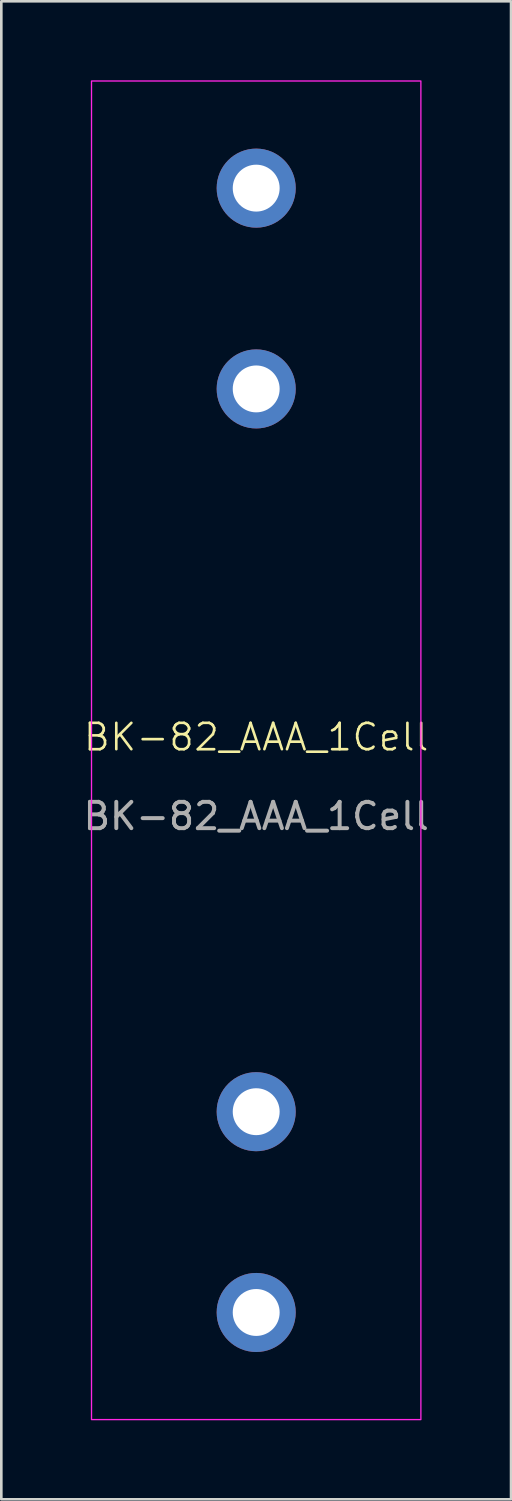
<source format=kicad_pcb>
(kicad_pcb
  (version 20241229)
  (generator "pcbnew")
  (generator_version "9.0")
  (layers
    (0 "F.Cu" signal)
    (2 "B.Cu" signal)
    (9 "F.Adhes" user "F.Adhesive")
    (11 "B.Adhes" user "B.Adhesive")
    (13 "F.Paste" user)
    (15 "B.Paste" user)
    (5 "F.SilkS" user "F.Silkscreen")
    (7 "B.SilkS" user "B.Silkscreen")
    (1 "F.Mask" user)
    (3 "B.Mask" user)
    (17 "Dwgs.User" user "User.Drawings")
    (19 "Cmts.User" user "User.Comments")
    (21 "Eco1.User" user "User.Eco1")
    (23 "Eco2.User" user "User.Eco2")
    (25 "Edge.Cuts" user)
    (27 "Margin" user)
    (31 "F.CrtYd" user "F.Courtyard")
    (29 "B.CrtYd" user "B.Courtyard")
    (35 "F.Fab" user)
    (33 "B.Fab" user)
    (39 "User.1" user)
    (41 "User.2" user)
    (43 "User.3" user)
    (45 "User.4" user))
  (footprint "BK-82_AAA_1Cell"
    (layer "F.Cu")
    (at 6.673 25.425)
    (property "Reference" "BK-82_AAA_1Cell" (at 0 -0.5 0) (unlocked yes) (layer "F.SilkS") (effects (font (size 1 1) (thickness 0.1))))
    (attr through_hole)
    (fp_rect (start -6.25 -25.4) (end 6.25 25.4) (stroke (width 0.05) (type default)) (fill no) (layer "F.CrtYd"))
    (fp_text user "${REFERENCE}" (at 0 2.5 0) (unlocked yes) (layer "F.Fab") (effects (font (size 1 1) (thickness 0.15))))
    (pad "1" thru_hole circle (at 0 -21.335) (size 3 3) (drill 1.78) (layers "*.Cu" "*.Mask"))
    (pad "1" thru_hole circle (at 0 -13.715) (size 3 3) (drill 1.78) (layers "*.Cu" "*.Mask"))
    (pad "2" thru_hole circle (at 0 13.715) (size 3 3) (drill 1.78) (layers "*.Cu" "*.Mask"))
    (pad "2" thru_hole circle (at 0 21.335) (size 3 3) (drill 1.78) (layers "*.Cu" "*.Mask")))
  (gr_rect
    (start -3 -3)
    (end 16.345 53.85)
    (stroke (width 0.1) (type default))
    (fill no)
    (layer "Edge.Cuts")))
</source>
